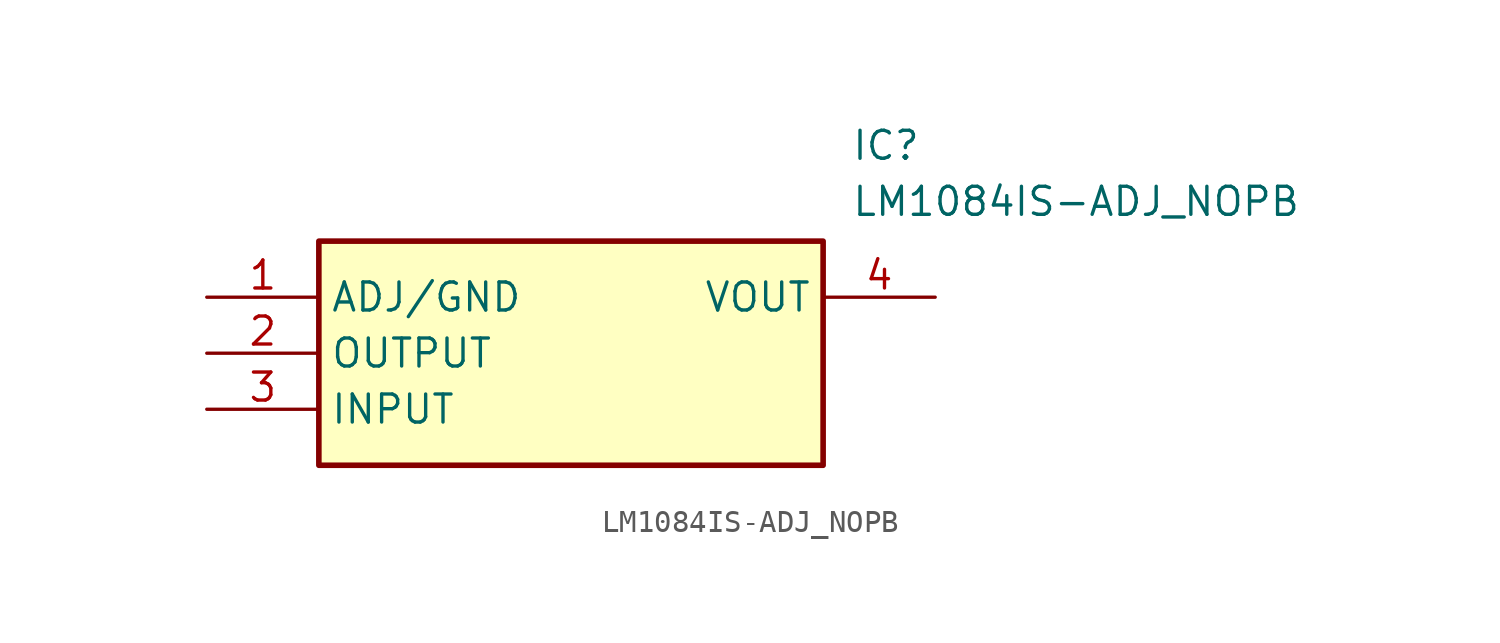
<source format=kicad_sym>
(kicad_symbol_lib
  (version 20211014)
  (generator SamacSys_ECAD_Model)
  (symbol "LM1084IS-ADJ_NOPB"
    (property "Reference" "IC"
      (at 29.21 7.62 0)
      (effects (font (size 1.27 1.27)) (justify left top)))
    (property "Value" "LM1084IS-ADJ_NOPB"
      (at 29.21 5.08 0)
      (effects (font (size 1.27 1.27)) (justify left top)))
    (rectangle
      (start 5.08 2.54)
      (end 27.94 -7.62)
      (stroke (width 0.254) (type default))
      (fill (type background)))
    (pin power_in line
      (at 0 0 0)
      (length 5.08)
      (name "ADJ/GND" (effects (font (size 1.27 1.27))))
      (number "1" (effects (font (size 1.27 1.27)))))
    (pin output line
      (at 0 -2.54 0)
      (length 5.08)
      (name "OUTPUT" (effects (font (size 1.27 1.27))))
      (number "2" (effects (font (size 1.27 1.27)))))
    (pin input line
      (at 0 -5.08 0)
      (length 5.08)
      (name "INPUT" (effects (font (size 1.27 1.27))))
      (number "3" (effects (font (size 1.27 1.27)))))
    (pin output line
      (at 33.02 0 180)
      (length 5.08)
      (name "VOUT" (effects (font (size 1.27 1.27))))
      (number "4" (effects (font (size 1.27 1.27)))))))
</source>
